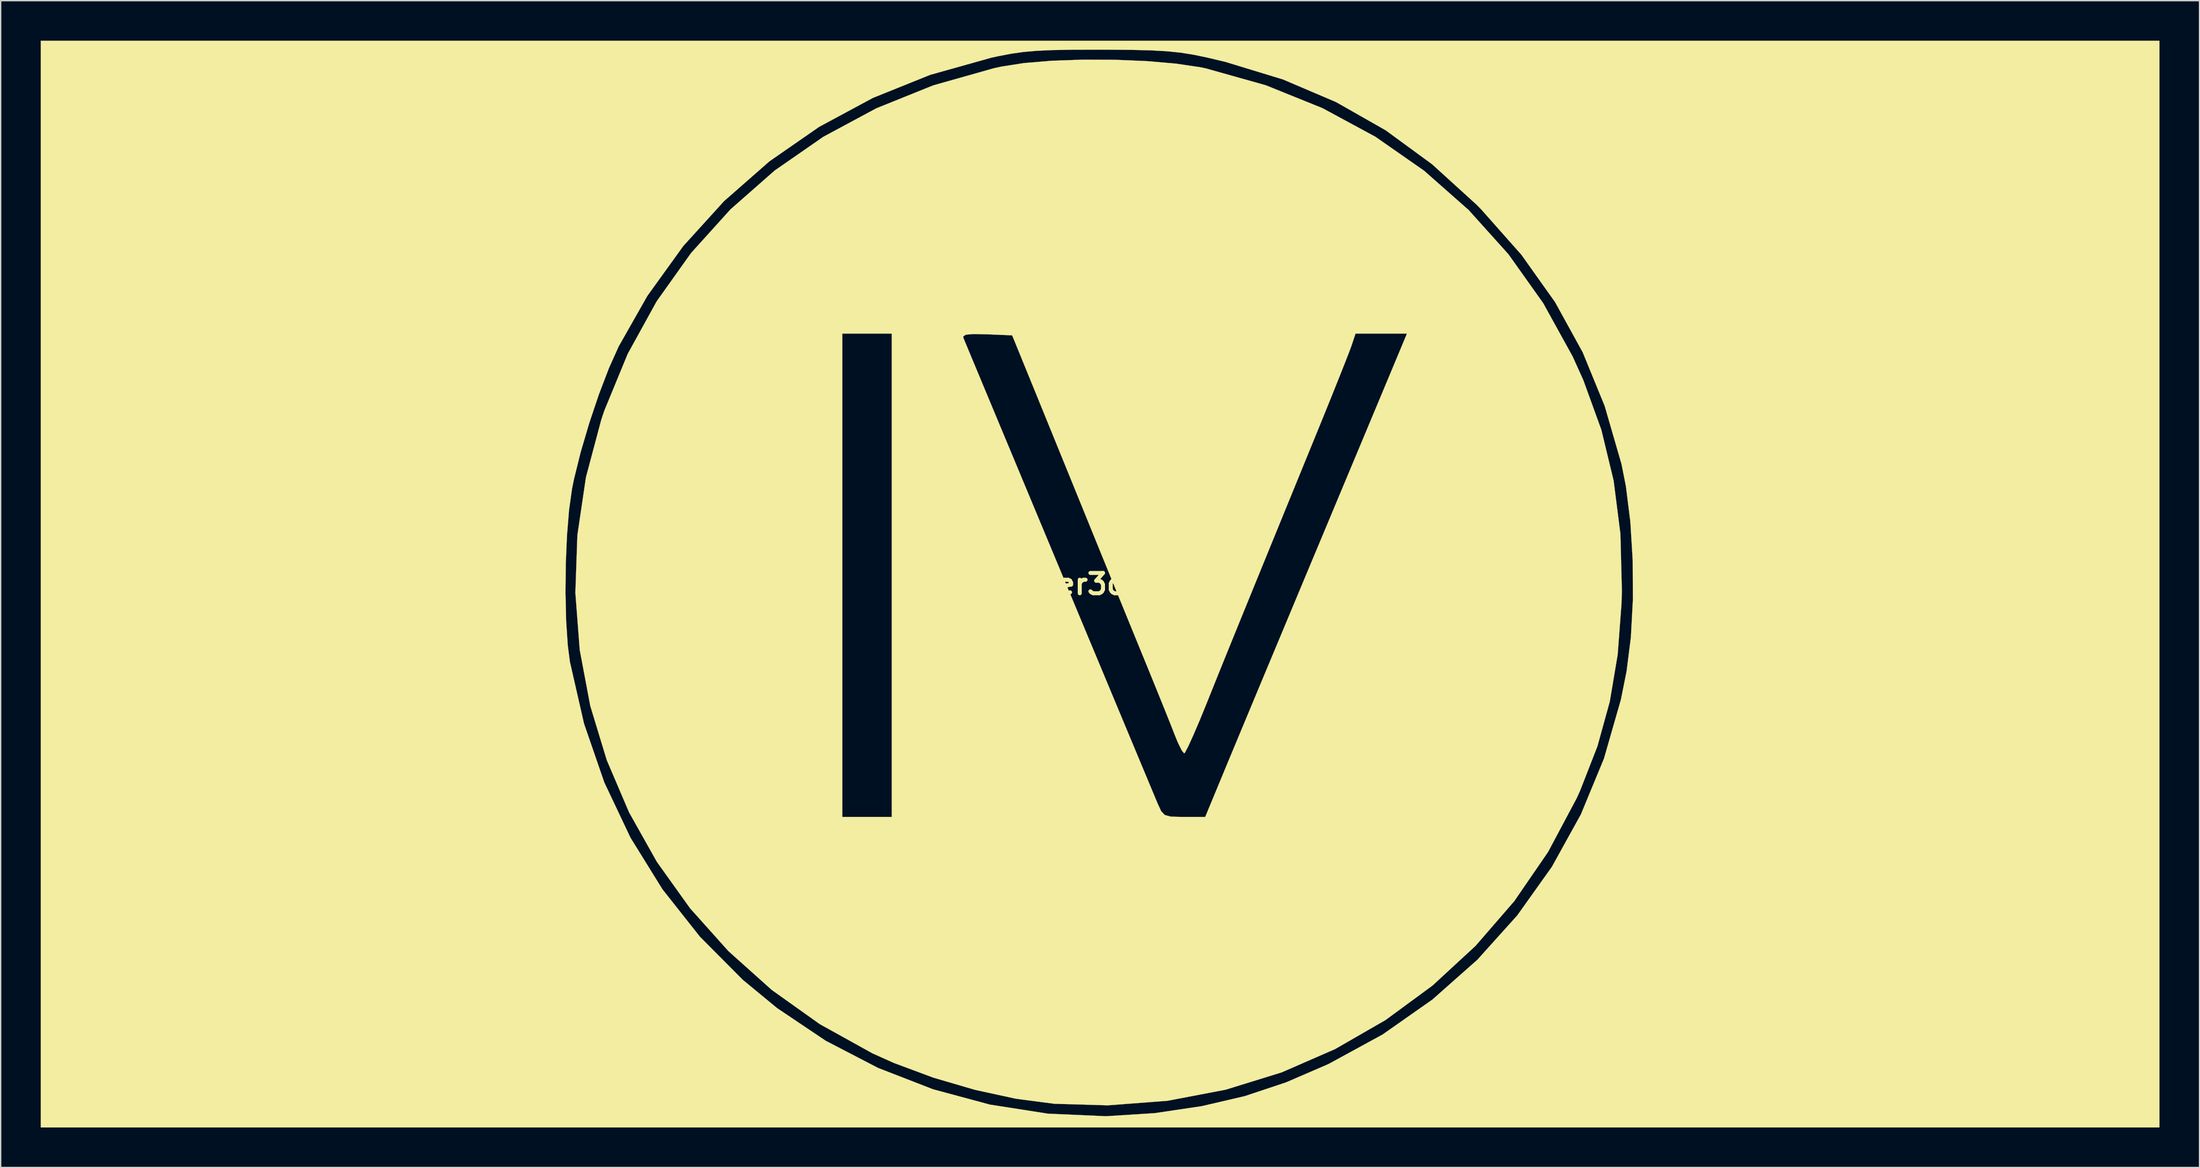
<source format=kicad_pcb>
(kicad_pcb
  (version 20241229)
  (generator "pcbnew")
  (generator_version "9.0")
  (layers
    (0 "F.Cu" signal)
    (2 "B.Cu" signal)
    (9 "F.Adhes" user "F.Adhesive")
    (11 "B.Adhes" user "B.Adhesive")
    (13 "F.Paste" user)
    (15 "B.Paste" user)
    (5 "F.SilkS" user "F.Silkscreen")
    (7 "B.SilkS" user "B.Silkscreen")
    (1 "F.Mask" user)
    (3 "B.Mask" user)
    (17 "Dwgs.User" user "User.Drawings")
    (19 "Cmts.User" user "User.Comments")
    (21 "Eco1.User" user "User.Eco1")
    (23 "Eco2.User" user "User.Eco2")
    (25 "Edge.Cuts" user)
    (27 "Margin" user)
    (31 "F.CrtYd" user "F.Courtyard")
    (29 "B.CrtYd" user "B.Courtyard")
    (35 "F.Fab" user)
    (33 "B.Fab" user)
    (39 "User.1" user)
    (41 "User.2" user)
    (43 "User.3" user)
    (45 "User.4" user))
  (footprint "30per3c_foot"
    (layer "F.Cu")
    (at 79.38 40.751)
    (property "Reference" "30per3c_foot" (at 0 0 0) (layer "F.SilkS") (effects (font (size 1.524 1.524) (thickness 0.3))))
    (attr through_hole)
    (fp_poly (pts (xy 79.375 40.746) (xy -79.375 40.746) (xy -79.375 0.676) (xy -40.058 0.676) (xy -40.009 2.758) (xy -39.887 4.592) (xy -39.729 5.821) (xy -38.67 10.463) (xy -37.151 14.871) (xy -35.188 19.02) (xy -32.794 22.887) (xy -29.982 26.449) (xy -26.768 29.682) (xy -24.209 31.794) (xy -20.556 34.249) (xy -16.637 36.285) (xy -12.514 37.887) (xy -8.251 39.036) (xy -3.91 39.715) (xy 0.446 39.907) (xy 4.09 39.676) (xy 7.619 39.151) (xy 10.837 38.4) (xy 13.932 37.368) (xy 17.094 36.002) (xy 17.112 35.994) (xy 21.174 33.775) (xy 24.9 31.158) (xy 28.27 28.172) (xy 31.261 24.844) (xy 33.853 21.202) (xy 36.025 17.274) (xy 37.755 13.087) (xy 39.023 8.671) (xy 39.45 6.542) (xy 39.772 3.995) (xy 39.924 1.166) (xy 39.909 -1.777) (xy 39.733 -4.668) (xy 39.399 -7.337) (xy 39.071 -8.996) (xy 37.81 -13.354) (xy 36.161 -17.384) (xy 34.092 -21.145) (xy 31.57 -24.695) (xy 28.563 -28.092) (xy 28.193 -28.467) (xy 24.872 -31.488) (xy 21.388 -34.037) (xy 17.683 -36.145) (xy 13.703 -37.843) (xy 9.389 -39.16) (xy 8.027 -39.485) (xy 7.019 -39.695) (xy 6.058 -39.849) (xy 5.033 -39.956) (xy 3.834 -40.024) (xy 2.35 -40.061) (xy 0.472 -40.076) (xy 0 -40.077) (xy -1.949 -40.072) (xy -3.481 -40.048) (xy -4.708 -39.994) (xy -5.741 -39.904) (xy -6.692 -39.768) (xy -7.674 -39.578) (xy -8.17 -39.469) (xy -12.726 -38.19) (xy -17.028 -36.457) (xy -21.053 -34.288) (xy -24.778 -31.702) (xy -28.179 -28.717) (xy -31.234 -25.349) (xy -33.919 -21.619) (xy -36.073 -17.822) (xy -36.802 -16.196) (xy -37.557 -14.219) (xy -38.282 -12.059) (xy -38.922 -9.888) (xy -39.42 -7.876) (xy -39.569 -7.144) (xy -39.79 -5.565) (xy -39.947 -3.636) (xy -40.037 -1.506) (xy -40.058 0.676) (xy -79.375 0.676) (xy -79.375 -40.746) (xy 79.375 -40.746) (xy 79.375 40.746)) (stroke (width 0.01) (type solid)) (fill yes) (layer "F.SilkS"))
    (fp_poly (pts (xy 1.115 -39.318) (xy 3.484 -39.219) (xy 5.663 -39.032) (xy 7.513 -38.758) (xy 7.906 -38.676) (xy 12.41 -37.409) (xy 16.657 -35.694) (xy 20.623 -33.549) (xy 24.284 -30.994) (xy 27.617 -28.049) (xy 30.597 -24.734) (xy 33.201 -21.068) (xy 35.406 -17.071) (xy 36.212 -15.285) (xy 37.559 -11.57) (xy 38.479 -7.757) (xy 38.987 -3.763) (xy 39.098 0.497) (xy 39.071 1.455) (xy 38.782 5.292) (xy 38.19 8.816) (xy 37.264 12.167) (xy 35.969 15.487) (xy 35.709 16.062) (xy 33.566 20.089) (xy 31.029 23.785) (xy 28.132 27.131) (xy 24.907 30.107) (xy 21.388 32.693) (xy 17.61 34.87) (xy 13.605 36.618) (xy 9.408 37.917) (xy 5.052 38.748) (xy 0.571 39.09) (xy -3.44 38.972) (xy -6.302 38.596) (xy -9.382 37.926) (xy -12.496 37.013) (xy -15.462 35.907) (xy -17.066 35.186) (xy -21.006 32.998) (xy -24.606 30.432) (xy -27.85 27.524) (xy -30.723 24.312) (xy -33.21 20.83) (xy -35.295 17.116) (xy -36.963 13.206) (xy -38.2 9.137) (xy -38.989 4.944) (xy -39.317 0.665) (xy -39.167 -3.665) (xy -38.525 -8.009) (xy -37.375 -12.33) (xy -37.143 -13.017) (xy -35.395 -17.265) (xy -34.557 -18.785) (xy -19.315 -18.785) (xy -19.315 17.462) (xy -15.61 17.462) (xy -15.61 -18.57) (xy -10.259 -18.57) (xy -10.245 -18.467) (xy -10.117 -18.158) (xy -9.805 -17.409) (xy -9.33 -16.268) (xy -8.712 -14.784) (xy -7.97 -13.003) (xy -7.125 -10.975) (xy -6.196 -8.747) (xy -5.205 -6.368) (xy -4.17 -3.885) (xy -3.113 -1.348) (xy -2.052 1.196) (xy -1.009 3.699) (xy -0.002 6.113) (xy 0.947 8.389) (xy 1.818 10.479) (xy 2.592 12.335) (xy 3.249 13.909) (xy 3.768 15.153) (xy 4.129 16.019) (xy 4.313 16.458) (xy 4.318 16.47) (xy 4.572 17.022) (xy 4.846 17.318) (xy 5.3 17.439) (xy 6.092 17.462) (xy 6.306 17.462) (xy 7.877 17.462) (xy 9.328 13.957) (xy 9.708 13.04) (xy 10.268 11.694) (xy 10.982 9.98) (xy 11.825 7.956) (xy 12.774 5.682) (xy 13.802 3.219) (xy 14.885 0.625) (xy 15.998 -2.041) (xy 16.528 -3.307) (xy 17.603 -5.881) (xy 18.626 -8.328) (xy 19.576 -10.601) (xy 20.433 -12.654) (xy 21.179 -14.439) (xy 21.793 -15.908) (xy 22.255 -17.015) (xy 22.546 -17.712) (xy 22.635 -17.926) (xy 22.992 -18.785) (xy 19.139 -18.785) (xy 18.856 -17.926) (xy 18.677 -17.44) (xy 18.329 -16.546) (xy 17.844 -15.324) (xy 17.255 -13.856) (xy 16.594 -12.223) (xy 16.195 -11.245) (xy 14.842 -7.932) (xy 13.671 -5.064) (xy 12.664 -2.596) (xy 11.802 -0.484) (xy 11.068 1.318) (xy 10.442 2.854) (xy 9.908 4.169) (xy 9.446 5.307) (xy 9.039 6.315) (xy 8.668 7.235) (xy 8.316 8.114) (xy 7.99 8.927) (xy 7.459 10.227) (xy 6.986 11.333) (xy 6.609 12.161) (xy 6.365 12.627) (xy 6.303 12.697) (xy 6.119 12.473) (xy 5.831 11.891) (xy 5.593 11.311) (xy 5.306 10.577) (xy 4.867 9.478) (xy 4.326 8.137) (xy 3.733 6.679) (xy 3.437 5.953) (xy 2.873 4.576) (xy 2.161 2.832) (xy 1.349 0.842) (xy 0.488 -1.27) (xy -0.372 -3.383) (xy -0.933 -4.763) (xy -1.75 -6.773) (xy -2.591 -8.838) (xy -3.407 -10.844) (xy -4.151 -12.673) (xy -4.778 -14.212) (xy -5.132 -15.081) (xy -6.588 -18.653) (xy -8.486 -18.732) (xy -9.496 -18.752) (xy -10.06 -18.702) (xy -10.259 -18.57) (xy -15.61 -18.57) (xy -15.61 -18.785) (xy -19.315 -18.785) (xy -34.557 -18.785) (xy -33.224 -21.206) (xy -30.651 -24.823) (xy -27.697 -28.098) (xy -24.385 -31.011) (xy -20.735 -33.544) (xy -16.768 -35.679) (xy -12.507 -37.398) (xy -7.972 -38.681) (xy -7.408 -38.805) (xy -5.704 -39.072) (xy -3.621 -39.246) (xy -1.3 -39.327) (xy 1.115 -39.318)) (stroke (width 0.01) (type solid)) (fill yes) (layer "F.SilkS")))
  (gr_rect
    (start -3 -3)
    (end 161.76 84.502)
    (stroke (width 0.1) (type default))
    (fill no)
    (layer "Edge.Cuts")))
</source>
